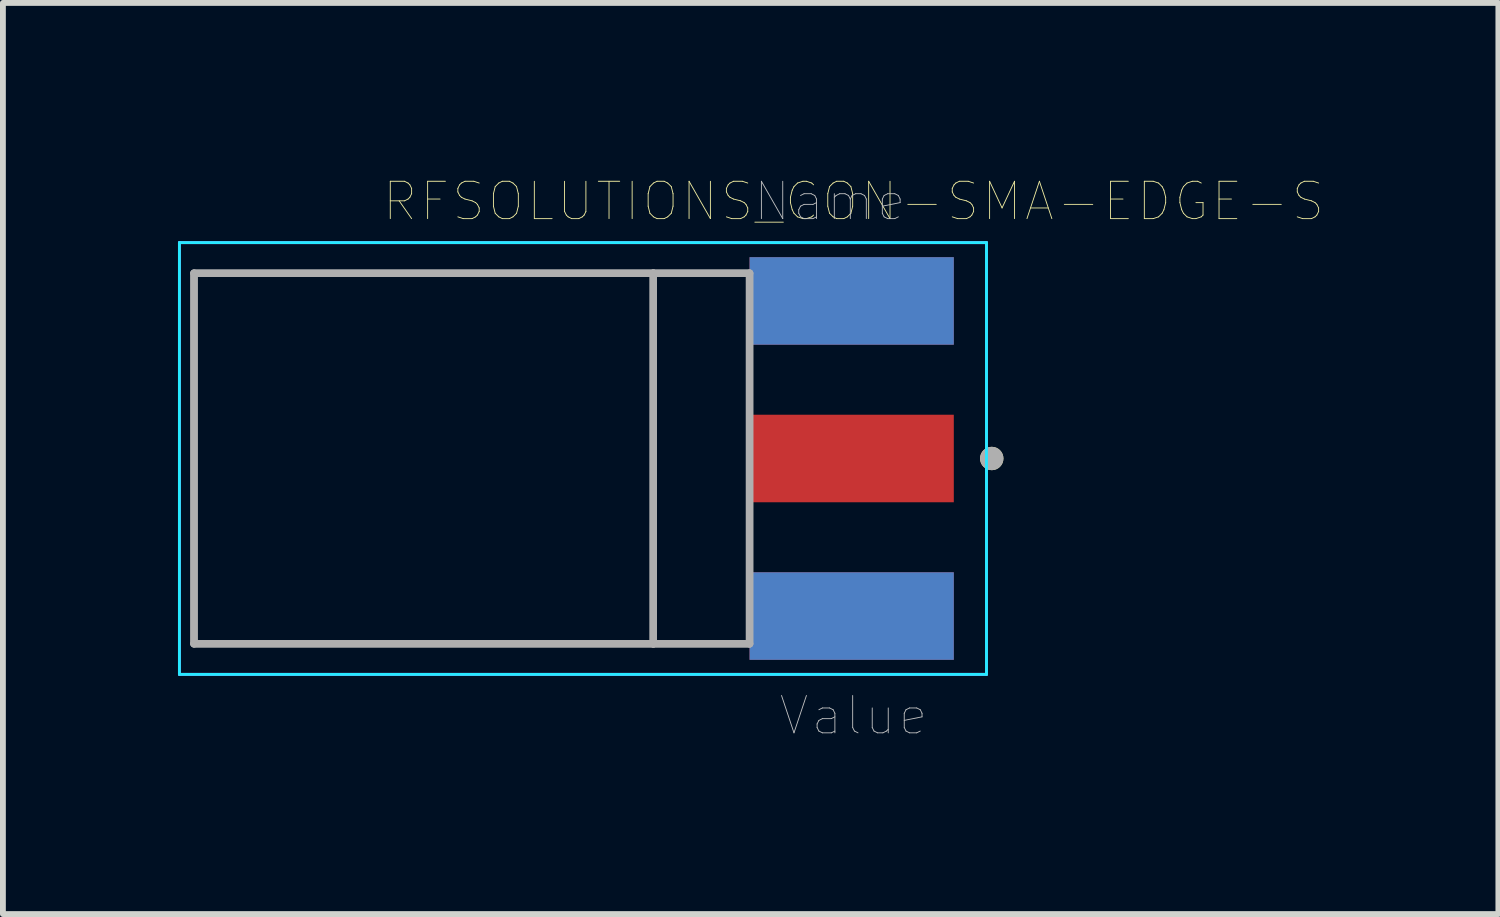
<source format=kicad_pcb>
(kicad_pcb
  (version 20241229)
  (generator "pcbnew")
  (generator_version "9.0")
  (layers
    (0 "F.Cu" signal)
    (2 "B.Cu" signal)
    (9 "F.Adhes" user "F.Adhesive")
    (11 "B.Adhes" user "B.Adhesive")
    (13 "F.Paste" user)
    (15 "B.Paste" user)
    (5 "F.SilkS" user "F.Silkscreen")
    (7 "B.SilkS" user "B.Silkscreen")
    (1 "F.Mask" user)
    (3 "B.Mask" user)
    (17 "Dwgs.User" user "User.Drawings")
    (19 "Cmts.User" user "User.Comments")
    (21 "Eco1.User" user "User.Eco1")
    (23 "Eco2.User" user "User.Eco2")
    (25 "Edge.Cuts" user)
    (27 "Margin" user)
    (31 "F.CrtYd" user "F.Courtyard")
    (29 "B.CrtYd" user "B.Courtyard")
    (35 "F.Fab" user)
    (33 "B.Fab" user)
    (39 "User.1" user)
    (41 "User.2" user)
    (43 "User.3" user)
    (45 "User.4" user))
  (footprint "RFSOLUTIONS_CON-SMA-EDGE-S"
    (layer "F.Cu")
    (at 11.545 4.807)
    (property "Reference" "RFSOLUTIONS_CON-SMA-EDGE-S" (at 0.032 -4.406 0) (layer "F.SilkS") (effects (font (size 0.64 0.64) (thickness 0.015))))
    (attr through_hole)
    (fp_circle (center 2.4 0) (end 2.5 0) (stroke (width 0.2) (type solid)) (fill no) (layer "F.SilkS"))
    (fp_line (start -11.52 -3.7) (end -11.52 3.7) (stroke (width 0.05) (type solid)) (layer "B.CrtYd"))
    (fp_line (start -11.52 3.7) (end 2.31 3.7) (stroke (width 0.05) (type solid)) (layer "B.CrtYd"))
    (fp_line (start 2.31 -3.7) (end -11.52 -3.7) (stroke (width 0.05) (type solid)) (layer "B.CrtYd"))
    (fp_line (start 2.31 3.7) (end 2.31 -3.7) (stroke (width 0.05) (type solid)) (layer "B.CrtYd"))
    (fp_line (start -11.52 -3.7) (end 2.31 -3.7) (stroke (width 0.05) (type solid)) (layer "F.CrtYd"))
    (fp_line (start -11.52 3.7) (end -11.52 -3.7) (stroke (width 0.05) (type solid)) (layer "F.CrtYd"))
    (fp_line (start 2.31 -3.7) (end 2.31 3.7) (stroke (width 0.05) (type solid)) (layer "F.CrtYd"))
    (fp_line (start 2.31 3.7) (end -11.52 3.7) (stroke (width 0.05) (type solid)) (layer "F.CrtYd"))
    (fp_line (start -11.27 -3.175) (end -11.27 3.175) (stroke (width 0.127) (type solid)) (layer "F.Fab"))
    (fp_line (start -11.27 -3.175) (end -3.4 -3.175) (stroke (width 0.127) (type solid)) (layer "F.Fab"))
    (fp_line (start -11.27 3.175) (end -11.27 -3.175) (stroke (width 0.127) (type solid)) (layer "F.Fab"))
    (fp_line (start -11.27 3.175) (end -3.4 3.175) (stroke (width 0.127) (type solid)) (layer "F.Fab"))
    (fp_line (start -3.4 -3.175) (end -11.27 -3.175) (stroke (width 0.127) (type solid)) (layer "F.Fab"))
    (fp_line (start -3.4 -3.175) (end -3.4 3.175) (stroke (width 0.127) (type solid)) (layer "F.Fab"))
    (fp_line (start -3.4 -3.175) (end -1.75 -3.175) (stroke (width 0.127) (type solid)) (layer "F.Fab"))
    (fp_line (start -3.4 3.175) (end -11.27 3.175) (stroke (width 0.127) (type solid)) (layer "F.Fab"))
    (fp_line (start -3.4 3.175) (end -3.4 -3.175) (stroke (width 0.127) (type solid)) (layer "F.Fab"))
    (fp_line (start -3.4 3.175) (end -1.75 3.175) (stroke (width 0.127) (type solid)) (layer "F.Fab"))
    (fp_line (start -1.75 -3.175) (end -3.4 -3.175) (stroke (width 0.127) (type solid)) (layer "F.Fab"))
    (fp_line (start -1.75 -3.175) (end -1.75 3.175) (stroke (width 0.127) (type solid)) (layer "F.Fab"))
    (fp_line (start -1.75 3.175) (end -3.4 3.175) (stroke (width 0.127) (type solid)) (layer "F.Fab"))
    (fp_line (start -1.75 3.175) (end -1.75 -3.175) (stroke (width 0.127) (type solid)) (layer "F.Fab"))
    (fp_circle (center 2.4 0) (end 2.5 0) (stroke (width 0.2) (type solid)) (fill no) (layer "F.Fab"))
    (fp_text user "Name" (at -0.374 -4.406 0) (layer "Dwgs.User") (effects (font (size 0.64 0.64) (thickness 0.015))))
    (fp_text user "Value" (at 0.032 4.406 0) (layer "Dwgs.User") (effects (font (size 0.64 0.64) (thickness 0.015))))
    (pad "1" smd rect (at 0 0) (size 3.5 1.5) (layers "F.Cu" "F.Mask" "F.Paste"))
    (pad "G1" smd rect (at 0 -2.7) (size 3.5 1.5) (layers "F.Cu" "F.Mask" "F.Paste"))
    (pad "G2" smd rect (at 0 2.7) (size 3.5 1.5) (layers "F.Cu" "F.Mask" "F.Paste"))
    (pad "G3" smd rect (at 0 -2.7) (size 3.5 1.5) (layers "B.Cu" "B.Mask" "B.Paste"))
    (pad "G4" smd rect (at 0 2.7) (size 3.5 1.5) (layers "B.Cu" "B.Mask" "B.Paste")))
  (gr_rect
    (start -3 -3)
    (end 22.627 12.614)
    (stroke (width 0.1) (type default))
    (fill no)
    (layer "Edge.Cuts")))
</source>
